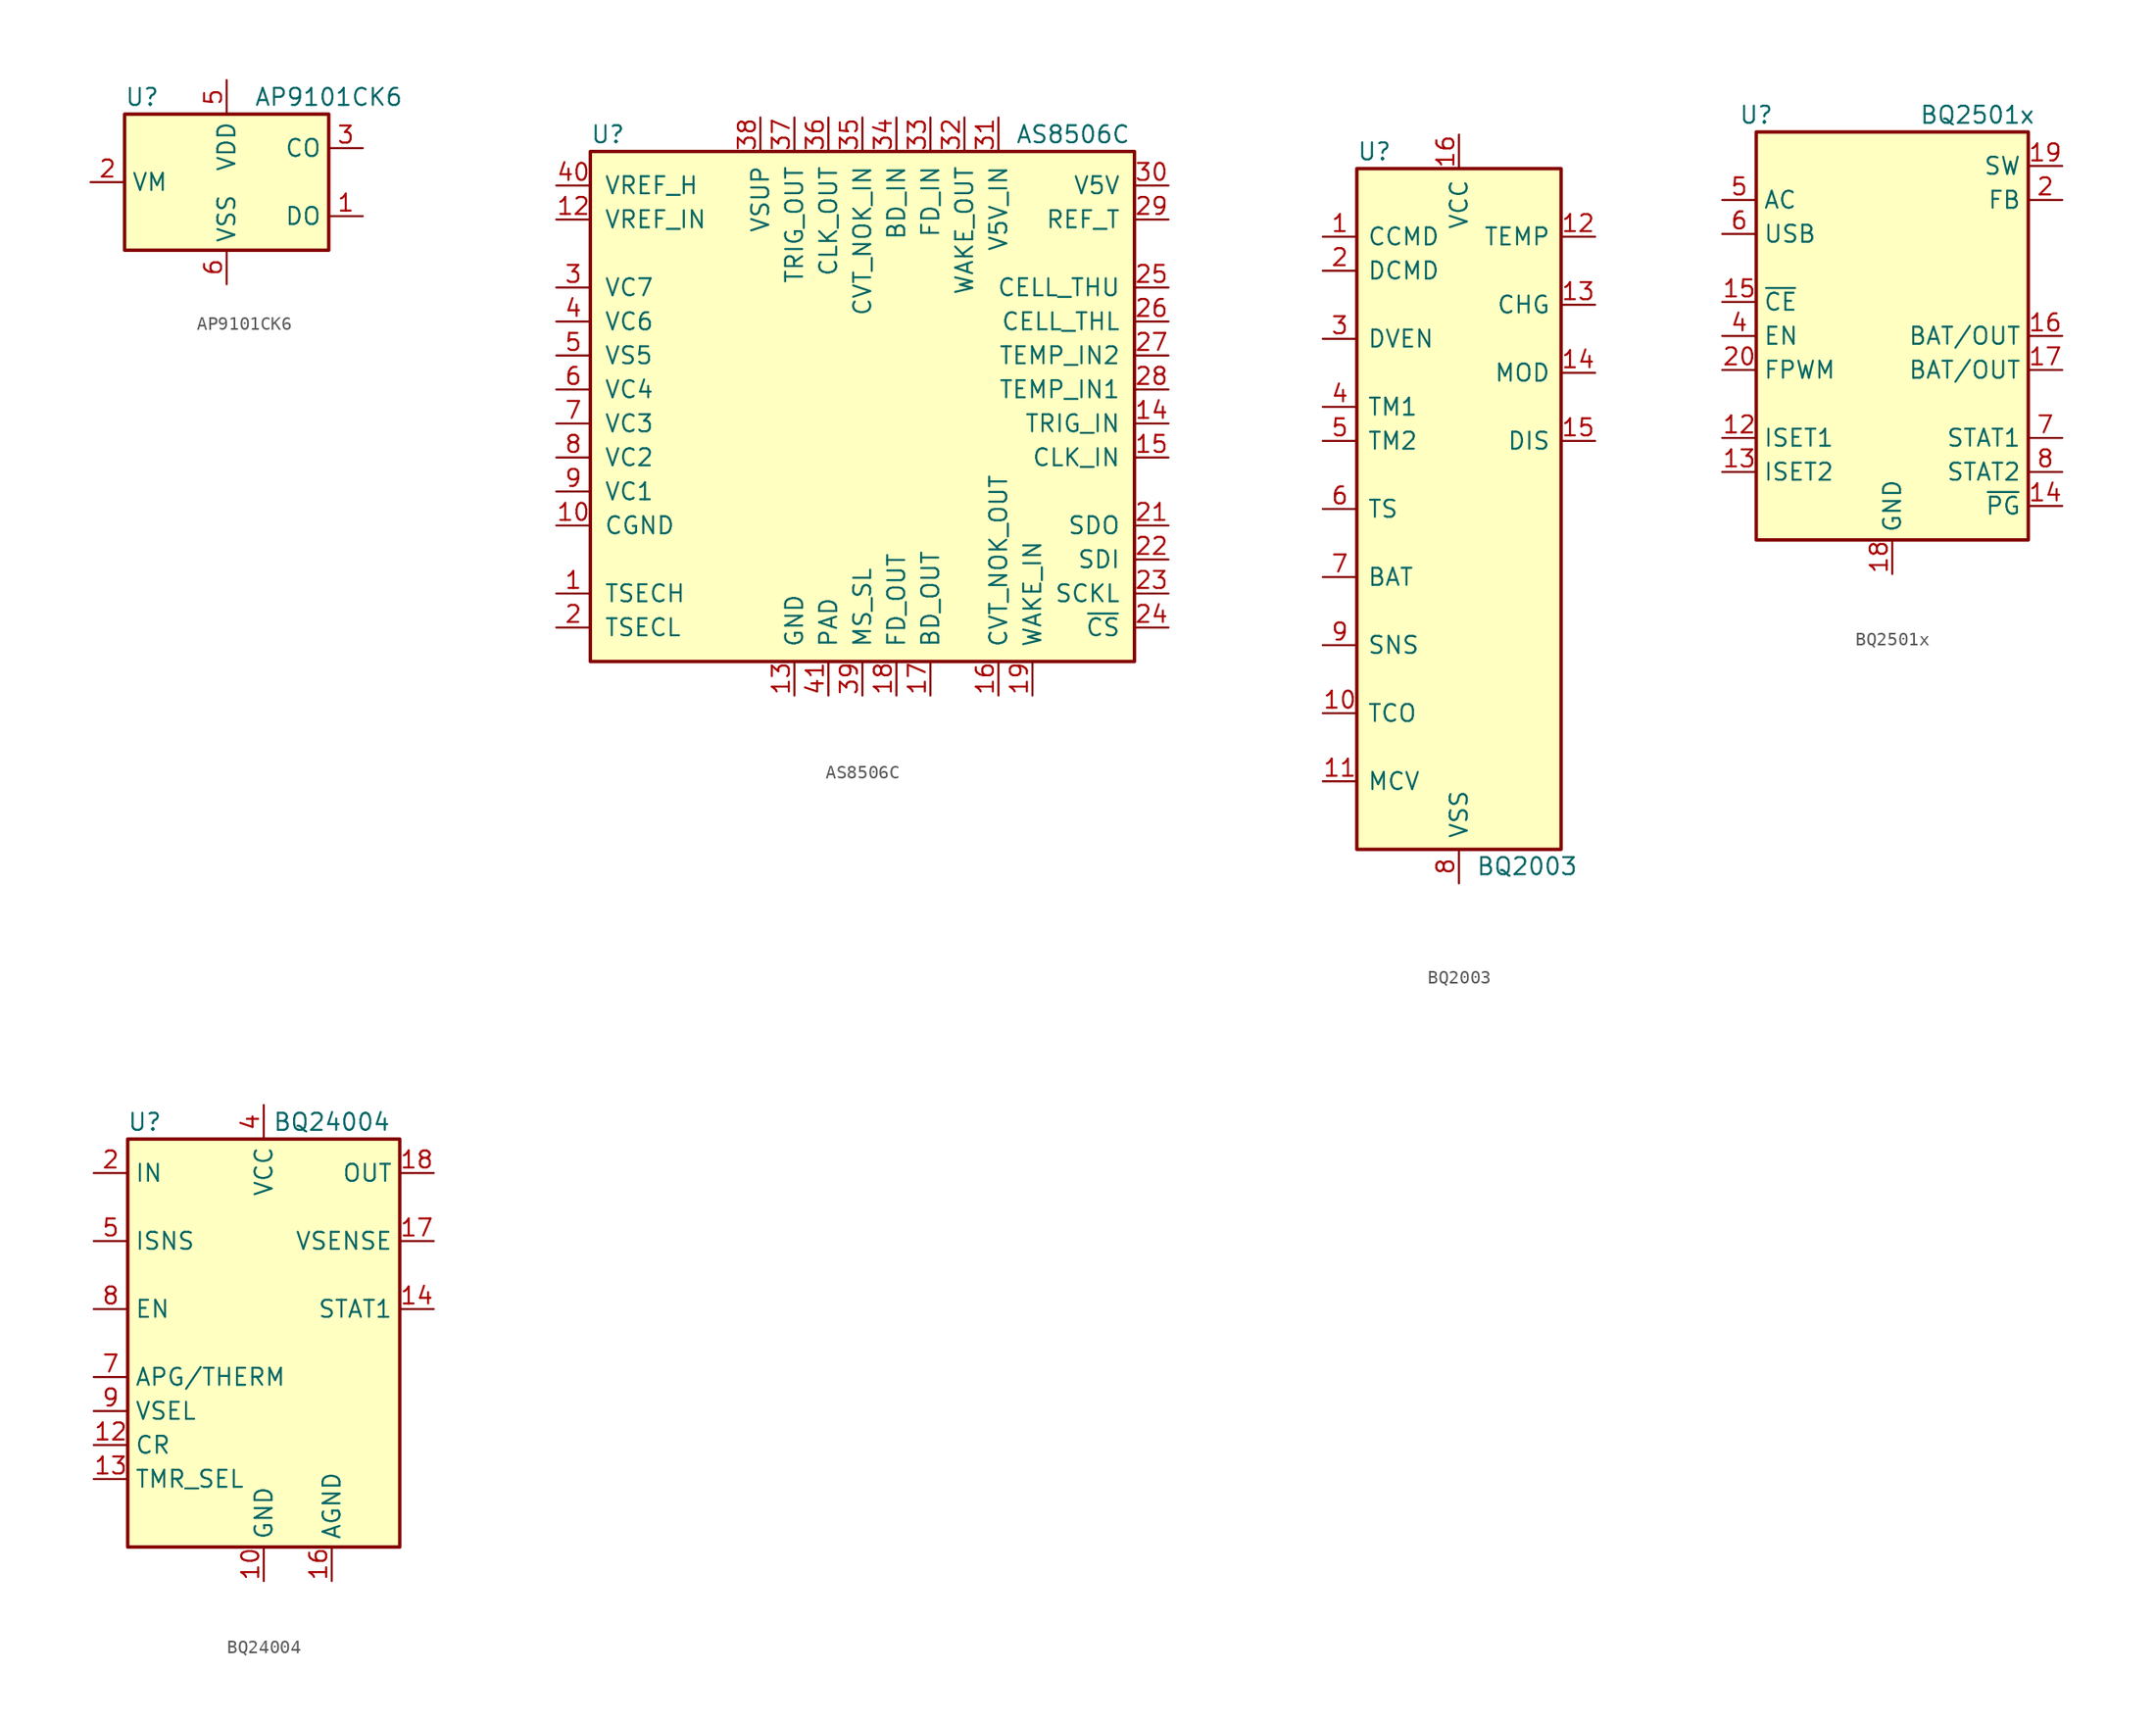
<source format=kicad_sym>
(kicad_symbol_lib
  (version 20201005)
  (generator kicad_symbol_editor)
  (symbol "AP9101CK6"
    (property "Reference" "U"
      (at -7.62 6.35 0)
      (effects (font (size 1.27 1.27)) (justify left)))
    (property "Value" "AP9101CK6"
      (at 7.62 6.35 0)
      (effects (font (size 1.27 1.27))))
    (symbol "AP9101CK6_0_1"
      (rectangle (start -7.62 5.08) (end 7.62 -5.08) (stroke (width 0.254)) (fill (type background))))
    (symbol "AP9101CK6_1_1"
      (pin output line (at 10.16 -2.54 180) (length 2.54) (name "DO" (effects (font (size 1.27 1.27)))) (number "1" (effects (font (size 1.27 1.27)))))
      (pin passive line (at -10.16 0 0) (length 2.54) (name "VM" (effects (font (size 1.27 1.27)))) (number "2" (effects (font (size 1.27 1.27)))))
      (pin output line (at 10.16 2.54 180) (length 2.54) (name "CO" (effects (font (size 1.27 1.27)))) (number "3" (effects (font (size 1.27 1.27)))))
      (pin no_connect line (at -7.62 -2.54 0) (length 2.54) hide (name "NC" (effects (font (size 1.27 1.27)))) (number "4" (effects (font (size 1.27 1.27)))))
      (pin power_in line (at 0 7.62 270) (length 2.54) (name "VDD" (effects (font (size 1.27 1.27)))) (number "5" (effects (font (size 1.27 1.27)))))
      (pin power_in line (at 0 -7.62 90) (length 2.54) (name "VSS" (effects (font (size 1.27 1.27)))) (number "6" (effects (font (size 1.27 1.27)))))))
  (symbol "AS8506C"
    (pin_names
      (offset 1.016))
    (property "Reference" "U"
      (at -20.32 21.59 0)
      (effects (font (size 1.27 1.27)) (justify left)))
    (property "Value" "AS8506C"
      (at 11.43 21.59 0)
      (effects (font (size 1.27 1.27)) (justify left)))
    (symbol "AS8506C_0_1"
      (rectangle (start 20.32 -17.78) (end -20.32 20.32) (stroke (width 0.254)) (fill (type background))))
    (symbol "AS8506C_1_1"
      (pin input line (at -22.86 -12.7 0) (length 2.54) (name "TSECH" (effects (font (size 1.27 1.27)))) (number "1" (effects (font (size 1.27 1.27)))))
      (pin input line (at -22.86 -7.62 0) (length 2.54) (name "CGND" (effects (font (size 1.27 1.27)))) (number "10" (effects (font (size 1.27 1.27)))))
      (pin no_connect line (at -10.16 -20.32 90) (length 2.54) hide (name "NC" (effects (font (size 1.27 1.27)))) (number "11" (effects (font (size 1.27 1.27)))))
      (pin input line (at -22.86 15.24 0) (length 2.54) (name "VREF_IN" (effects (font (size 1.27 1.27)))) (number "12" (effects (font (size 1.27 1.27)))))
      (pin power_in line (at -5.08 -20.32 90) (length 2.54) (name "GND" (effects (font (size 1.27 1.27)))) (number "13" (effects (font (size 1.27 1.27)))))
      (pin input line (at 22.86 0 180) (length 2.54) (name "TRIG_IN" (effects (font (size 1.27 1.27)))) (number "14" (effects (font (size 1.27 1.27)))))
      (pin input line (at 22.86 -2.54 180) (length 2.54) (name "CLK_IN" (effects (font (size 1.27 1.27)))) (number "15" (effects (font (size 1.27 1.27)))))
      (pin input line (at 10.16 -20.32 90) (length 2.54) (name "CVT_NOK_OUT" (effects (font (size 1.27 1.27)))) (number "16" (effects (font (size 1.27 1.27)))))
      (pin input line (at 5.08 -20.32 90) (length 2.54) (name "BD_OUT" (effects (font (size 1.27 1.27)))) (number "17" (effects (font (size 1.27 1.27)))))
      (pin input line (at 2.54 -20.32 90) (length 2.54) (name "FD_OUT" (effects (font (size 1.27 1.27)))) (number "18" (effects (font (size 1.27 1.27)))))
      (pin input line (at 12.7 -20.32 90) (length 2.54) (name "WAKE_IN" (effects (font (size 1.27 1.27)))) (number "19" (effects (font (size 1.27 1.27)))))
      (pin input line (at -22.86 -15.24 0) (length 2.54) (name "TSECL" (effects (font (size 1.27 1.27)))) (number "2" (effects (font (size 1.27 1.27)))))
      (pin no_connect line (at -7.62 -20.32 90) (length 2.54) hide (name "NC_T" (effects (font (size 1.27 1.27)))) (number "20" (effects (font (size 1.27 1.27)))))
      (pin output line (at 22.86 -7.62 180) (length 2.54) (name "SDO" (effects (font (size 1.27 1.27)))) (number "21" (effects (font (size 1.27 1.27)))))
      (pin input line (at 22.86 -10.16 180) (length 2.54) (name "SDI" (effects (font (size 1.27 1.27)))) (number "22" (effects (font (size 1.27 1.27)))))
      (pin input line (at 22.86 -12.7 180) (length 2.54) (name "SCKL" (effects (font (size 1.27 1.27)))) (number "23" (effects (font (size 1.27 1.27)))))
      (pin input line (at 22.86 -15.24 180) (length 2.54) (name "~CS" (effects (font (size 1.27 1.27)))) (number "24" (effects (font (size 1.27 1.27)))))
      (pin input line (at 22.86 10.16 180) (length 2.54) (name "CELL_THU" (effects (font (size 1.27 1.27)))) (number "25" (effects (font (size 1.27 1.27)))))
      (pin input line (at 22.86 7.62 180) (length 2.54) (name "CELL_THL" (effects (font (size 1.27 1.27)))) (number "26" (effects (font (size 1.27 1.27)))))
      (pin input line (at 22.86 5.08 180) (length 2.54) (name "TEMP_IN2" (effects (font (size 1.27 1.27)))) (number "27" (effects (font (size 1.27 1.27)))))
      (pin input line (at 22.86 2.54 180) (length 2.54) (name "TEMP_IN1" (effects (font (size 1.27 1.27)))) (number "28" (effects (font (size 1.27 1.27)))))
      (pin input line (at 22.86 15.24 180) (length 2.54) (name "REF_T" (effects (font (size 1.27 1.27)))) (number "29" (effects (font (size 1.27 1.27)))))
      (pin input line (at -22.86 10.16 0) (length 2.54) (name "VC7" (effects (font (size 1.27 1.27)))) (number "3" (effects (font (size 1.27 1.27)))))
      (pin input line (at 22.86 17.78 180) (length 2.54) (name "V5V" (effects (font (size 1.27 1.27)))) (number "30" (effects (font (size 1.27 1.27)))))
      (pin input line (at 10.16 22.86 270) (length 2.54) (name "V5V_IN" (effects (font (size 1.27 1.27)))) (number "31" (effects (font (size 1.27 1.27)))))
      (pin input line (at 7.62 22.86 270) (length 2.54) (name "WAKE_OUT" (effects (font (size 1.27 1.27)))) (number "32" (effects (font (size 1.27 1.27)))))
      (pin input line (at 5.08 22.86 270) (length 2.54) (name "FD_IN" (effects (font (size 1.27 1.27)))) (number "33" (effects (font (size 1.27 1.27)))))
      (pin input line (at 2.54 22.86 270) (length 2.54) (name "BD_IN" (effects (font (size 1.27 1.27)))) (number "34" (effects (font (size 1.27 1.27)))))
      (pin input line (at 0 22.86 270) (length 2.54) (name "CVT_NOK_IN" (effects (font (size 1.27 1.27)))) (number "35" (effects (font (size 1.27 1.27)))))
      (pin input line (at -2.54 22.86 270) (length 2.54) (name "CLK_OUT" (effects (font (size 1.27 1.27)))) (number "36" (effects (font (size 1.27 1.27)))))
      (pin input line (at -5.08 22.86 270) (length 2.54) (name "TRIG_OUT" (effects (font (size 1.27 1.27)))) (number "37" (effects (font (size 1.27 1.27)))))
      (pin power_in line (at -7.62 22.86 270) (length 2.54) (name "VSUP" (effects (font (size 1.27 1.27)))) (number "38" (effects (font (size 1.27 1.27)))))
      (pin input line (at 0 -20.32 90) (length 2.54) (name "MS_SL" (effects (font (size 1.27 1.27)))) (number "39" (effects (font (size 1.27 1.27)))))
      (pin input line (at -22.86 7.62 0) (length 2.54) (name "VC6" (effects (font (size 1.27 1.27)))) (number "4" (effects (font (size 1.27 1.27)))))
      (pin input line (at -22.86 17.78 0) (length 2.54) (name "VREF_H" (effects (font (size 1.27 1.27)))) (number "40" (effects (font (size 1.27 1.27)))))
      (pin power_in line (at -2.54 -20.32 90) (length 2.54) (name "PAD" (effects (font (size 1.27 1.27)))) (number "41" (effects (font (size 1.27 1.27)))))
      (pin input line (at -22.86 5.08 0) (length 2.54) (name "VS5" (effects (font (size 1.27 1.27)))) (number "5" (effects (font (size 1.27 1.27)))))
      (pin input line (at -22.86 2.54 0) (length 2.54) (name "VC4" (effects (font (size 1.27 1.27)))) (number "6" (effects (font (size 1.27 1.27)))))
      (pin input line (at -22.86 0 0) (length 2.54) (name "VC3" (effects (font (size 1.27 1.27)))) (number "7" (effects (font (size 1.27 1.27)))))
      (pin input line (at -22.86 -2.54 0) (length 2.54) (name "VC2" (effects (font (size 1.27 1.27)))) (number "8" (effects (font (size 1.27 1.27)))))
      (pin input line (at -22.86 -5.08 0) (length 2.54) (name "VC1" (effects (font (size 1.27 1.27)))) (number "9" (effects (font (size 1.27 1.27)))))))
  (symbol "BQ2003"
    (pin_names
      (offset 0.762))
    (property "Reference" "U"
      (at -7.62 26.67 0)
      (effects (font (size 1.27 1.27)) (justify left)))
    (property "Value" "BQ2003"
      (at 5.08 -26.67 0)
      (effects (font (size 1.27 1.27))))
    (symbol "BQ2003_0_1"
      (rectangle (start -7.62 -25.4) (end 7.62 25.4) (stroke (width 0.254)) (fill (type background))))
    (symbol "BQ2003_1_1"
      (pin input line (at -10.16 20.32 0) (length 2.54) (name "CCMD" (effects (font (size 1.27 1.27)))) (number "1" (effects (font (size 1.27 1.27)))))
      (pin input line (at -10.16 -15.24 0) (length 2.54) (name "TCO" (effects (font (size 1.27 1.27)))) (number "10" (effects (font (size 1.27 1.27)))))
      (pin input line (at -10.16 -20.32 0) (length 2.54) (name "MCV" (effects (font (size 1.27 1.27)))) (number "11" (effects (font (size 1.27 1.27)))))
      (pin output line (at 10.16 20.32 180) (length 2.54) (name "TEMP" (effects (font (size 1.27 1.27)))) (number "12" (effects (font (size 1.27 1.27)))))
      (pin output line (at 10.16 15.24 180) (length 2.54) (name "CHG" (effects (font (size 1.27 1.27)))) (number "13" (effects (font (size 1.27 1.27)))))
      (pin output line (at 10.16 10.16 180) (length 2.54) (name "MOD" (effects (font (size 1.27 1.27)))) (number "14" (effects (font (size 1.27 1.27)))))
      (pin output line (at 10.16 5.08 180) (length 2.54) (name "DIS" (effects (font (size 1.27 1.27)))) (number "15" (effects (font (size 1.27 1.27)))))
      (pin power_in line (at 0 27.94 270) (length 2.54) (name "VCC" (effects (font (size 1.27 1.27)))) (number "16" (effects (font (size 1.27 1.27)))))
      (pin input line (at -10.16 17.78 0) (length 2.54) (name "DCMD" (effects (font (size 1.27 1.27)))) (number "2" (effects (font (size 1.27 1.27)))))
      (pin input line (at -10.16 12.7 0) (length 2.54) (name "DVEN" (effects (font (size 1.27 1.27)))) (number "3" (effects (font (size 1.27 1.27)))))
      (pin input line (at -10.16 7.62 0) (length 2.54) (name "TM1" (effects (font (size 1.27 1.27)))) (number "4" (effects (font (size 1.27 1.27)))))
      (pin input line (at -10.16 5.08 0) (length 2.54) (name "TM2" (effects (font (size 1.27 1.27)))) (number "5" (effects (font (size 1.27 1.27)))))
      (pin input line (at -10.16 0 0) (length 2.54) (name "TS" (effects (font (size 1.27 1.27)))) (number "6" (effects (font (size 1.27 1.27)))))
      (pin input line (at -10.16 -5.08 0) (length 2.54) (name "BAT" (effects (font (size 1.27 1.27)))) (number "7" (effects (font (size 1.27 1.27)))))
      (pin power_in line (at 0 -27.94 90) (length 2.54) (name "VSS" (effects (font (size 1.27 1.27)))) (number "8" (effects (font (size 1.27 1.27)))))
      (pin input line (at -10.16 -10.16 0) (length 2.54) (name "SNS" (effects (font (size 1.27 1.27)))) (number "9" (effects (font (size 1.27 1.27)))))))
  (symbol "BQ2501x"
    (property "Reference" "U"
      (at -10.16 16.51 0)
      (effects (font (size 1.27 1.27))))
    (property "Value" "BQ2501x"
      (at 6.35 16.51 0)
      (effects (font (size 1.27 1.27))))
    (symbol "BQ2501x_1_1"
      (rectangle (start -10.16 15.24) (end 10.16 -15.24) (stroke (width 0.254)) (fill (type background)))
      (pin no_connect line (at 10.16 7.62 180) (length 2.54) hide (name "NC" (effects (font (size 1.27 1.27)))) (number "1" (effects (font (size 1.27 1.27)))))
      (pin no_connect line (at 10.16 5.08 180) (length 2.54) hide (name "NC" (effects (font (size 1.27 1.27)))) (number "10" (effects (font (size 1.27 1.27)))))
      (pin no_connect line (at 10.16 2.54 180) (length 2.54) hide (name "NC" (effects (font (size 1.27 1.27)))) (number "11" (effects (font (size 1.27 1.27)))))
      (pin input line (at -12.7 -7.62 0) (length 2.54) (name "ISET1" (effects (font (size 1.27 1.27)))) (number "12" (effects (font (size 1.27 1.27)))))
      (pin input line (at -12.7 -10.16 0) (length 2.54) (name "ISET2" (effects (font (size 1.27 1.27)))) (number "13" (effects (font (size 1.27 1.27)))))
      (pin output line (at 12.7 -12.7 180) (length 2.54) (name "~PG" (effects (font (size 1.27 1.27)))) (number "14" (effects (font (size 1.27 1.27)))))
      (pin input line (at -12.7 2.54 0) (length 2.54) (name "~CE" (effects (font (size 1.27 1.27)))) (number "15" (effects (font (size 1.27 1.27)))))
      (pin power_out line (at 12.7 0 180) (length 2.54) (name "BAT/OUT" (effects (font (size 1.27 1.27)))) (number "16" (effects (font (size 1.27 1.27)))))
      (pin power_in line (at 12.7 -2.54 180) (length 2.54) (name "BAT/OUT" (effects (font (size 1.27 1.27)))) (number "17" (effects (font (size 1.27 1.27)))))
      (pin power_in line (at 0 -17.78 90) (length 2.54) (name "GND" (effects (font (size 1.27 1.27)))) (number "18" (effects (font (size 1.27 1.27)))))
      (pin power_out line (at 12.7 12.7 180) (length 2.54) (name "SW" (effects (font (size 1.27 1.27)))) (number "19" (effects (font (size 1.27 1.27)))))
      (pin input line (at 12.7 10.16 180) (length 2.54) (name "FB" (effects (font (size 1.27 1.27)))) (number "2" (effects (font (size 1.27 1.27)))))
      (pin input line (at -12.7 -2.54 0) (length 2.54) (name "FPWM" (effects (font (size 1.27 1.27)))) (number "20" (effects (font (size 1.27 1.27)))))
      (pin passive line (at 0 -17.78 90) (length 2.54) hide (name "GND" (effects (font (size 1.27 1.27)))) (number "21" (effects (font (size 1.27 1.27)))))
      (pin passive line (at 0 -17.78 90) (length 2.54) hide (name "GND" (effects (font (size 1.27 1.27)))) (number "3" (effects (font (size 1.27 1.27)))))
      (pin input line (at -12.7 0 0) (length 2.54) (name "EN" (effects (font (size 1.27 1.27)))) (number "4" (effects (font (size 1.27 1.27)))))
      (pin power_in line (at -12.7 10.16 0) (length 2.54) (name "AC" (effects (font (size 1.27 1.27)))) (number "5" (effects (font (size 1.27 1.27)))))
      (pin power_in line (at -12.7 7.62 0) (length 2.54) (name "USB" (effects (font (size 1.27 1.27)))) (number "6" (effects (font (size 1.27 1.27)))))
      (pin open_collector line (at 12.7 -7.62 180) (length 2.54) (name "STAT1" (effects (font (size 1.27 1.27)))) (number "7" (effects (font (size 1.27 1.27)))))
      (pin open_collector line (at 12.7 -10.16 180) (length 2.54) (name "STAT2" (effects (font (size 1.27 1.27)))) (number "8" (effects (font (size 1.27 1.27)))))
      (pin passive line (at 0 -17.78 90) (length 2.54) hide (name "GND" (effects (font (size 1.27 1.27)))) (number "9" (effects (font (size 1.27 1.27)))))))
  (symbol "BQ24004"
    (property "Reference" "U"
      (at -8.89 16.51 0)
      (effects (font (size 1.27 1.27))))
    (property "Value" "BQ24004"
      (at 5.08 16.51 0)
      (effects (font (size 1.27 1.27))))
    (symbol "BQ24004_0_1"
      (rectangle (start -10.16 15.24) (end 10.16 -15.24) (stroke (width 0.254)) (fill (type background))))
    (symbol "BQ24004_1_1"
      (pin no_connect line (at 10.16 -2.54 180) (length 2.54) hide (name "N/C" (effects (font (size 1.27 1.27)))) (number "1" (effects (font (size 1.27 1.27)))))
      (pin power_in line (at 0 -17.78 90) (length 2.54) (name "GND" (effects (font (size 1.27 1.27)))) (number "10" (effects (font (size 1.27 1.27)))))
      (pin no_connect line (at 10.16 -7.62 180) (length 2.54) hide (name "N/C" (effects (font (size 1.27 1.27)))) (number "11" (effects (font (size 1.27 1.27)))))
      (pin input line (at -12.7 -7.62 0) (length 2.54) (name "CR" (effects (font (size 1.27 1.27)))) (number "12" (effects (font (size 1.27 1.27)))))
      (pin input line (at -12.7 -10.16 0) (length 2.54) (name "TMR_SEL" (effects (font (size 1.27 1.27)))) (number "13" (effects (font (size 1.27 1.27)))))
      (pin output line (at 12.7 2.54 180) (length 2.54) (name "STAT1" (effects (font (size 1.27 1.27)))) (number "14" (effects (font (size 1.27 1.27)))))
      (pin no_connect line (at 10.16 0 180) (length 2.54) hide (name "N/C" (effects (font (size 1.27 1.27)))) (number "15" (effects (font (size 1.27 1.27)))))
      (pin power_in line (at 5.08 -17.78 90) (length 2.54) (name "AGND" (effects (font (size 1.27 1.27)))) (number "16" (effects (font (size 1.27 1.27)))))
      (pin input line (at 12.7 7.62 180) (length 2.54) (name "VSENSE" (effects (font (size 1.27 1.27)))) (number "17" (effects (font (size 1.27 1.27)))))
      (pin output line (at 12.7 12.7 180) (length 2.54) (name "OUT" (effects (font (size 1.27 1.27)))) (number "18" (effects (font (size 1.27 1.27)))))
      (pin passive line (at 12.7 12.7 180) (length 2.54) hide (name "OUT" (effects (font (size 1.27 1.27)))) (number "19" (effects (font (size 1.27 1.27)))))
      (pin input line (at -12.7 12.7 0) (length 2.54) (name "IN" (effects (font (size 1.27 1.27)))) (number "2" (effects (font (size 1.27 1.27)))))
      (pin no_connect line (at 10.16 -10.16 180) (length 2.54) hide (name "N/C" (effects (font (size 1.27 1.27)))) (number "20" (effects (font (size 1.27 1.27)))))
      (pin passive line (at 0 -17.78 90) (length 2.54) hide (name "GND" (effects (font (size 1.27 1.27)))) (number "21" (effects (font (size 1.27 1.27)))))
      (pin input line (at -12.7 12.7 0) (length 2.54) hide (name "IN" (effects (font (size 1.27 1.27)))) (number "3" (effects (font (size 1.27 1.27)))))
      (pin power_in line (at 0 17.78 270) (length 2.54) (name "VCC" (effects (font (size 1.27 1.27)))) (number "4" (effects (font (size 1.27 1.27)))))
      (pin input line (at -12.7 7.62 0) (length 2.54) (name "ISNS" (effects (font (size 1.27 1.27)))) (number "5" (effects (font (size 1.27 1.27)))))
      (pin no_connect line (at 10.16 -5.08 180) (length 2.54) hide (name "N/C" (effects (font (size 1.27 1.27)))) (number "6" (effects (font (size 1.27 1.27)))))
      (pin input line (at -12.7 -2.54 0) (length 2.54) (name "APG/THERM" (effects (font (size 1.27 1.27)))) (number "7" (effects (font (size 1.27 1.27)))))
      (pin input line (at -12.7 2.54 0) (length 2.54) (name "EN" (effects (font (size 1.27 1.27)))) (number "8" (effects (font (size 1.27 1.27)))))
      (pin input line (at -12.7 -5.08 0) (length 2.54) (name "VSEL" (effects (font (size 1.27 1.27)))) (number "9" (effects (font (size 1.27 1.27))))))))
</source>
